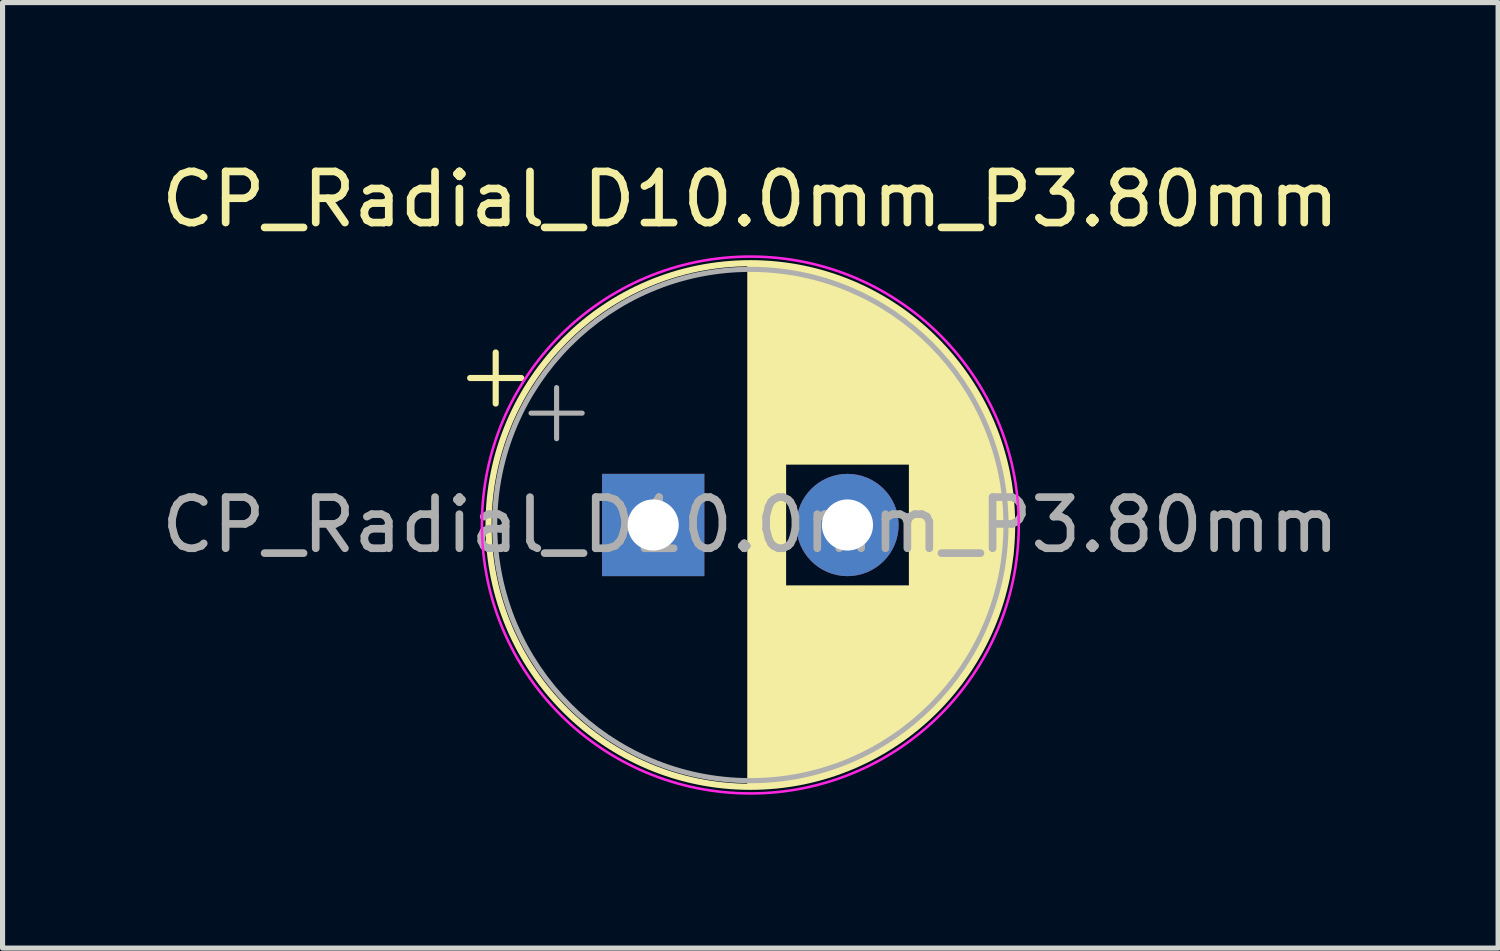
<source format=kicad_pcb>
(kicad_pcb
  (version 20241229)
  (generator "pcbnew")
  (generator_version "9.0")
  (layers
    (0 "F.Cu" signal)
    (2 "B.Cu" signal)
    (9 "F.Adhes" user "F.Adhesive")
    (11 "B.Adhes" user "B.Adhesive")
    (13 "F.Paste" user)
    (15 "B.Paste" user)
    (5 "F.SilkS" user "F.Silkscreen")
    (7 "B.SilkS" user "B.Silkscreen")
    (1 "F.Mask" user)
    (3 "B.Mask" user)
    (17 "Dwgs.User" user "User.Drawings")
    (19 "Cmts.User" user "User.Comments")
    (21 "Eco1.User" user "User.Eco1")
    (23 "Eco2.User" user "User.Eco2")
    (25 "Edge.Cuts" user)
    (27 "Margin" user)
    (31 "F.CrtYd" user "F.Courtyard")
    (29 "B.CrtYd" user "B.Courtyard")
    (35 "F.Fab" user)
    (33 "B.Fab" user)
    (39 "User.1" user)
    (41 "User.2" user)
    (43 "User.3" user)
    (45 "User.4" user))
  (footprint "CP_Radial_D10.0mm_P3.80mm"
    (layer "F.Cu")
    (at 9.725 7.218)
    (property "Reference" "CP_Radial_D10.0mm_P3.80mm" (at 1.9 -6.37 0) (layer "F.SilkS") (effects (font (size 1 1) (thickness 0.15))))
    (attr through_hole)
    (fp_line (start -3.58 -2.875) (end -2.58 -2.875) (stroke (width 0.12) (type solid)) (layer "F.SilkS"))
    (fp_line (start -3.08 -3.375) (end -3.08 -2.375) (stroke (width 0.12) (type solid)) (layer "F.SilkS"))
    (fp_line (start 1.9 -5.08) (end 1.9 5.08) (stroke (width 0.12) (type solid)) (layer "F.SilkS"))
    (fp_line (start 1.94 -5.08) (end 1.94 5.08) (stroke (width 0.12) (type solid)) (layer "F.SilkS"))
    (fp_line (start 1.98 -5.08) (end 1.98 5.08) (stroke (width 0.12) (type solid)) (layer "F.SilkS"))
    (fp_line (start 2.02 -5.079) (end 2.02 5.079) (stroke (width 0.12) (type solid)) (layer "F.SilkS"))
    (fp_line (start 2.06 -5.078) (end 2.06 5.078) (stroke (width 0.12) (type solid)) (layer "F.SilkS"))
    (fp_line (start 2.1 -5.077) (end 2.1 5.077) (stroke (width 0.12) (type solid)) (layer "F.SilkS"))
    (fp_line (start 2.14 -5.075) (end 2.14 5.075) (stroke (width 0.12) (type solid)) (layer "F.SilkS"))
    (fp_line (start 2.18 -5.073) (end 2.18 5.073) (stroke (width 0.12) (type solid)) (layer "F.SilkS"))
    (fp_line (start 2.22 -5.07) (end 2.22 5.07) (stroke (width 0.12) (type solid)) (layer "F.SilkS"))
    (fp_line (start 2.26 -5.068) (end 2.26 5.068) (stroke (width 0.12) (type solid)) (layer "F.SilkS"))
    (fp_line (start 2.3 -5.065) (end 2.3 5.065) (stroke (width 0.12) (type solid)) (layer "F.SilkS"))
    (fp_line (start 2.34 -5.062) (end 2.34 5.062) (stroke (width 0.12) (type solid)) (layer "F.SilkS"))
    (fp_line (start 2.38 -5.058) (end 2.38 5.058) (stroke (width 0.12) (type solid)) (layer "F.SilkS"))
    (fp_line (start 2.42 -5.054) (end 2.42 5.054) (stroke (width 0.12) (type solid)) (layer "F.SilkS"))
    (fp_line (start 2.46 -5.05) (end 2.46 5.05) (stroke (width 0.12) (type solid)) (layer "F.SilkS"))
    (fp_line (start 2.5 -5.045) (end 2.5 5.045) (stroke (width 0.12) (type solid)) (layer "F.SilkS"))
    (fp_line (start 2.54 -5.04) (end 2.54 5.04) (stroke (width 0.12) (type solid)) (layer "F.SilkS"))
    (fp_line (start 2.58 -5.035) (end 2.58 -1.241) (stroke (width 0.12) (type solid)) (layer "F.SilkS"))
    (fp_line (start 2.58 1.241) (end 2.58 5.035) (stroke (width 0.12) (type solid)) (layer "F.SilkS"))
    (fp_line (start 2.621 -5.03) (end 2.621 -1.241) (stroke (width 0.12) (type solid)) (layer "F.SilkS"))
    (fp_line (start 2.621 1.241) (end 2.621 5.03) (stroke (width 0.12) (type solid)) (layer "F.SilkS"))
    (fp_line (start 2.661 -5.024) (end 2.661 -1.241) (stroke (width 0.12) (type solid)) (layer "F.SilkS"))
    (fp_line (start 2.661 1.241) (end 2.661 5.024) (stroke (width 0.12) (type solid)) (layer "F.SilkS"))
    (fp_line (start 2.701 -5.018) (end 2.701 -1.241) (stroke (width 0.12) (type solid)) (layer "F.SilkS"))
    (fp_line (start 2.701 1.241) (end 2.701 5.018) (stroke (width 0.12) (type solid)) (layer "F.SilkS"))
    (fp_line (start 2.741 -5.011) (end 2.741 -1.241) (stroke (width 0.12) (type solid)) (layer "F.SilkS"))
    (fp_line (start 2.741 1.241) (end 2.741 5.011) (stroke (width 0.12) (type solid)) (layer "F.SilkS"))
    (fp_line (start 2.781 -5.004) (end 2.781 -1.241) (stroke (width 0.12) (type solid)) (layer "F.SilkS"))
    (fp_line (start 2.781 1.241) (end 2.781 5.004) (stroke (width 0.12) (type solid)) (layer "F.SilkS"))
    (fp_line (start 2.821 -4.997) (end 2.821 -1.241) (stroke (width 0.12) (type solid)) (layer "F.SilkS"))
    (fp_line (start 2.821 1.241) (end 2.821 4.997) (stroke (width 0.12) (type solid)) (layer "F.SilkS"))
    (fp_line (start 2.861 -4.99) (end 2.861 -1.241) (stroke (width 0.12) (type solid)) (layer "F.SilkS"))
    (fp_line (start 2.861 1.241) (end 2.861 4.99) (stroke (width 0.12) (type solid)) (layer "F.SilkS"))
    (fp_line (start 2.901 -4.982) (end 2.901 -1.241) (stroke (width 0.12) (type solid)) (layer "F.SilkS"))
    (fp_line (start 2.901 1.241) (end 2.901 4.982) (stroke (width 0.12) (type solid)) (layer "F.SilkS"))
    (fp_line (start 2.941 -4.974) (end 2.941 -1.241) (stroke (width 0.12) (type solid)) (layer "F.SilkS"))
    (fp_line (start 2.941 1.241) (end 2.941 4.974) (stroke (width 0.12) (type solid)) (layer "F.SilkS"))
    (fp_line (start 2.981 -4.965) (end 2.981 -1.241) (stroke (width 0.12) (type solid)) (layer "F.SilkS"))
    (fp_line (start 2.981 1.241) (end 2.981 4.965) (stroke (width 0.12) (type solid)) (layer "F.SilkS"))
    (fp_line (start 3.021 -4.956) (end 3.021 -1.241) (stroke (width 0.12) (type solid)) (layer "F.SilkS"))
    (fp_line (start 3.021 1.241) (end 3.021 4.956) (stroke (width 0.12) (type solid)) (layer "F.SilkS"))
    (fp_line (start 3.061 -4.947) (end 3.061 -1.241) (stroke (width 0.12) (type solid)) (layer "F.SilkS"))
    (fp_line (start 3.061 1.241) (end 3.061 4.947) (stroke (width 0.12) (type solid)) (layer "F.SilkS"))
    (fp_line (start 3.101 -4.938) (end 3.101 -1.241) (stroke (width 0.12) (type solid)) (layer "F.SilkS"))
    (fp_line (start 3.101 1.241) (end 3.101 4.938) (stroke (width 0.12) (type solid)) (layer "F.SilkS"))
    (fp_line (start 3.141 -4.928) (end 3.141 -1.241) (stroke (width 0.12) (type solid)) (layer "F.SilkS"))
    (fp_line (start 3.141 1.241) (end 3.141 4.928) (stroke (width 0.12) (type solid)) (layer "F.SilkS"))
    (fp_line (start 3.181 -4.918) (end 3.181 -1.241) (stroke (width 0.12) (type solid)) (layer "F.SilkS"))
    (fp_line (start 3.181 1.241) (end 3.181 4.918) (stroke (width 0.12) (type solid)) (layer "F.SilkS"))
    (fp_line (start 3.221 -4.907) (end 3.221 -1.241) (stroke (width 0.12) (type solid)) (layer "F.SilkS"))
    (fp_line (start 3.221 1.241) (end 3.221 4.907) (stroke (width 0.12) (type solid)) (layer "F.SilkS"))
    (fp_line (start 3.261 -4.897) (end 3.261 -1.241) (stroke (width 0.12) (type solid)) (layer "F.SilkS"))
    (fp_line (start 3.261 1.241) (end 3.261 4.897) (stroke (width 0.12) (type solid)) (layer "F.SilkS"))
    (fp_line (start 3.301 -4.885) (end 3.301 -1.241) (stroke (width 0.12) (type solid)) (layer "F.SilkS"))
    (fp_line (start 3.301 1.241) (end 3.301 4.885) (stroke (width 0.12) (type solid)) (layer "F.SilkS"))
    (fp_line (start 3.341 -4.874) (end 3.341 -1.241) (stroke (width 0.12) (type solid)) (layer "F.SilkS"))
    (fp_line (start 3.341 1.241) (end 3.341 4.874) (stroke (width 0.12) (type solid)) (layer "F.SilkS"))
    (fp_line (start 3.381 -4.862) (end 3.381 -1.241) (stroke (width 0.12) (type solid)) (layer "F.SilkS"))
    (fp_line (start 3.381 1.241) (end 3.381 4.862) (stroke (width 0.12) (type solid)) (layer "F.SilkS"))
    (fp_line (start 3.421 -4.85) (end 3.421 -1.241) (stroke (width 0.12) (type solid)) (layer "F.SilkS"))
    (fp_line (start 3.421 1.241) (end 3.421 4.85) (stroke (width 0.12) (type solid)) (layer "F.SilkS"))
    (fp_line (start 3.461 -4.837) (end 3.461 -1.241) (stroke (width 0.12) (type solid)) (layer "F.SilkS"))
    (fp_line (start 3.461 1.241) (end 3.461 4.837) (stroke (width 0.12) (type solid)) (layer "F.SilkS"))
    (fp_line (start 3.501 -4.824) (end 3.501 -1.241) (stroke (width 0.12) (type solid)) (layer "F.SilkS"))
    (fp_line (start 3.501 1.241) (end 3.501 4.824) (stroke (width 0.12) (type solid)) (layer "F.SilkS"))
    (fp_line (start 3.541 -4.811) (end 3.541 -1.241) (stroke (width 0.12) (type solid)) (layer "F.SilkS"))
    (fp_line (start 3.541 1.241) (end 3.541 4.811) (stroke (width 0.12) (type solid)) (layer "F.SilkS"))
    (fp_line (start 3.581 -4.797) (end 3.581 -1.241) (stroke (width 0.12) (type solid)) (layer "F.SilkS"))
    (fp_line (start 3.581 1.241) (end 3.581 4.797) (stroke (width 0.12) (type solid)) (layer "F.SilkS"))
    (fp_line (start 3.621 -4.783) (end 3.621 -1.241) (stroke (width 0.12) (type solid)) (layer "F.SilkS"))
    (fp_line (start 3.621 1.241) (end 3.621 4.783) (stroke (width 0.12) (type solid)) (layer "F.SilkS"))
    (fp_line (start 3.661 -4.768) (end 3.661 -1.241) (stroke (width 0.12) (type solid)) (layer "F.SilkS"))
    (fp_line (start 3.661 1.241) (end 3.661 4.768) (stroke (width 0.12) (type solid)) (layer "F.SilkS"))
    (fp_line (start 3.701 -4.754) (end 3.701 -1.241) (stroke (width 0.12) (type solid)) (layer "F.SilkS"))
    (fp_line (start 3.701 1.241) (end 3.701 4.754) (stroke (width 0.12) (type solid)) (layer "F.SilkS"))
    (fp_line (start 3.741 -4.738) (end 3.741 -1.241) (stroke (width 0.12) (type solid)) (layer "F.SilkS"))
    (fp_line (start 3.741 1.241) (end 3.741 4.738) (stroke (width 0.12) (type solid)) (layer "F.SilkS"))
    (fp_line (start 3.781 -4.723) (end 3.781 -1.241) (stroke (width 0.12) (type solid)) (layer "F.SilkS"))
    (fp_line (start 3.781 1.241) (end 3.781 4.723) (stroke (width 0.12) (type solid)) (layer "F.SilkS"))
    (fp_line (start 3.821 -4.707) (end 3.821 -1.241) (stroke (width 0.12) (type solid)) (layer "F.SilkS"))
    (fp_line (start 3.821 1.241) (end 3.821 4.707) (stroke (width 0.12) (type solid)) (layer "F.SilkS"))
    (fp_line (start 3.861 -4.69) (end 3.861 -1.241) (stroke (width 0.12) (type solid)) (layer "F.SilkS"))
    (fp_line (start 3.861 1.241) (end 3.861 4.69) (stroke (width 0.12) (type solid)) (layer "F.SilkS"))
    (fp_line (start 3.901 -4.674) (end 3.901 -1.241) (stroke (width 0.12) (type solid)) (layer "F.SilkS"))
    (fp_line (start 3.901 1.241) (end 3.901 4.674) (stroke (width 0.12) (type solid)) (layer "F.SilkS"))
    (fp_line (start 3.941 -4.657) (end 3.941 -1.241) (stroke (width 0.12) (type solid)) (layer "F.SilkS"))
    (fp_line (start 3.941 1.241) (end 3.941 4.657) (stroke (width 0.12) (type solid)) (layer "F.SilkS"))
    (fp_line (start 3.981 -4.639) (end 3.981 -1.241) (stroke (width 0.12) (type solid)) (layer "F.SilkS"))
    (fp_line (start 3.981 1.241) (end 3.981 4.639) (stroke (width 0.12) (type solid)) (layer "F.SilkS"))
    (fp_line (start 4.021 -4.621) (end 4.021 -1.241) (stroke (width 0.12) (type solid)) (layer "F.SilkS"))
    (fp_line (start 4.021 1.241) (end 4.021 4.621) (stroke (width 0.12) (type solid)) (layer "F.SilkS"))
    (fp_line (start 4.061 -4.603) (end 4.061 -1.241) (stroke (width 0.12) (type solid)) (layer "F.SilkS"))
    (fp_line (start 4.061 1.241) (end 4.061 4.603) (stroke (width 0.12) (type solid)) (layer "F.SilkS"))
    (fp_line (start 4.101 -4.584) (end 4.101 -1.241) (stroke (width 0.12) (type solid)) (layer "F.SilkS"))
    (fp_line (start 4.101 1.241) (end 4.101 4.584) (stroke (width 0.12) (type solid)) (layer "F.SilkS"))
    (fp_line (start 4.141 -4.564) (end 4.141 -1.241) (stroke (width 0.12) (type solid)) (layer "F.SilkS"))
    (fp_line (start 4.141 1.241) (end 4.141 4.564) (stroke (width 0.12) (type solid)) (layer "F.SilkS"))
    (fp_line (start 4.181 -4.545) (end 4.181 -1.241) (stroke (width 0.12) (type solid)) (layer "F.SilkS"))
    (fp_line (start 4.181 1.241) (end 4.181 4.545) (stroke (width 0.12) (type solid)) (layer "F.SilkS"))
    (fp_line (start 4.221 -4.525) (end 4.221 -1.241) (stroke (width 0.12) (type solid)) (layer "F.SilkS"))
    (fp_line (start 4.221 1.241) (end 4.221 4.525) (stroke (width 0.12) (type solid)) (layer "F.SilkS"))
    (fp_line (start 4.261 -4.504) (end 4.261 -1.241) (stroke (width 0.12) (type solid)) (layer "F.SilkS"))
    (fp_line (start 4.261 1.241) (end 4.261 4.504) (stroke (width 0.12) (type solid)) (layer "F.SilkS"))
    (fp_line (start 4.301 -4.483) (end 4.301 -1.241) (stroke (width 0.12) (type solid)) (layer "F.SilkS"))
    (fp_line (start 4.301 1.241) (end 4.301 4.483) (stroke (width 0.12) (type solid)) (layer "F.SilkS"))
    (fp_line (start 4.341 -4.462) (end 4.341 -1.241) (stroke (width 0.12) (type solid)) (layer "F.SilkS"))
    (fp_line (start 4.341 1.241) (end 4.341 4.462) (stroke (width 0.12) (type solid)) (layer "F.SilkS"))
    (fp_line (start 4.381 -4.44) (end 4.381 -1.241) (stroke (width 0.12) (type solid)) (layer "F.SilkS"))
    (fp_line (start 4.381 1.241) (end 4.381 4.44) (stroke (width 0.12) (type solid)) (layer "F.SilkS"))
    (fp_line (start 4.421 -4.417) (end 4.421 -1.241) (stroke (width 0.12) (type solid)) (layer "F.SilkS"))
    (fp_line (start 4.421 1.241) (end 4.421 4.417) (stroke (width 0.12) (type solid)) (layer "F.SilkS"))
    (fp_line (start 4.461 -4.395) (end 4.461 -1.241) (stroke (width 0.12) (type solid)) (layer "F.SilkS"))
    (fp_line (start 4.461 1.241) (end 4.461 4.395) (stroke (width 0.12) (type solid)) (layer "F.SilkS"))
    (fp_line (start 4.501 -4.371) (end 4.501 -1.241) (stroke (width 0.12) (type solid)) (layer "F.SilkS"))
    (fp_line (start 4.501 1.241) (end 4.501 4.371) (stroke (width 0.12) (type solid)) (layer "F.SilkS"))
    (fp_line (start 4.541 -4.347) (end 4.541 -1.241) (stroke (width 0.12) (type solid)) (layer "F.SilkS"))
    (fp_line (start 4.541 1.241) (end 4.541 4.347) (stroke (width 0.12) (type solid)) (layer "F.SilkS"))
    (fp_line (start 4.581 -4.323) (end 4.581 -1.241) (stroke (width 0.12) (type solid)) (layer "F.SilkS"))
    (fp_line (start 4.581 1.241) (end 4.581 4.323) (stroke (width 0.12) (type solid)) (layer "F.SilkS"))
    (fp_line (start 4.621 -4.298) (end 4.621 -1.241) (stroke (width 0.12) (type solid)) (layer "F.SilkS"))
    (fp_line (start 4.621 1.241) (end 4.621 4.298) (stroke (width 0.12) (type solid)) (layer "F.SilkS"))
    (fp_line (start 4.661 -4.273) (end 4.661 -1.241) (stroke (width 0.12) (type solid)) (layer "F.SilkS"))
    (fp_line (start 4.661 1.241) (end 4.661 4.273) (stroke (width 0.12) (type solid)) (layer "F.SilkS"))
    (fp_line (start 4.701 -4.247) (end 4.701 -1.241) (stroke (width 0.12) (type solid)) (layer "F.SilkS"))
    (fp_line (start 4.701 1.241) (end 4.701 4.247) (stroke (width 0.12) (type solid)) (layer "F.SilkS"))
    (fp_line (start 4.741 -4.221) (end 4.741 -1.241) (stroke (width 0.12) (type solid)) (layer "F.SilkS"))
    (fp_line (start 4.741 1.241) (end 4.741 4.221) (stroke (width 0.12) (type solid)) (layer "F.SilkS"))
    (fp_line (start 4.781 -4.194) (end 4.781 -1.241) (stroke (width 0.12) (type solid)) (layer "F.SilkS"))
    (fp_line (start 4.781 1.241) (end 4.781 4.194) (stroke (width 0.12) (type solid)) (layer "F.SilkS"))
    (fp_line (start 4.821 -4.166) (end 4.821 -1.241) (stroke (width 0.12) (type solid)) (layer "F.SilkS"))
    (fp_line (start 4.821 1.241) (end 4.821 4.166) (stroke (width 0.12) (type solid)) (layer "F.SilkS"))
    (fp_line (start 4.861 -4.138) (end 4.861 -1.241) (stroke (width 0.12) (type solid)) (layer "F.SilkS"))
    (fp_line (start 4.861 1.241) (end 4.861 4.138) (stroke (width 0.12) (type solid)) (layer "F.SilkS"))
    (fp_line (start 4.901 -4.11) (end 4.901 -1.241) (stroke (width 0.12) (type solid)) (layer "F.SilkS"))
    (fp_line (start 4.901 1.241) (end 4.901 4.11) (stroke (width 0.12) (type solid)) (layer "F.SilkS"))
    (fp_line (start 4.941 -4.08) (end 4.941 -1.241) (stroke (width 0.12) (type solid)) (layer "F.SilkS"))
    (fp_line (start 4.941 1.241) (end 4.941 4.08) (stroke (width 0.12) (type solid)) (layer "F.SilkS"))
    (fp_line (start 4.981 -4.05) (end 4.981 -1.241) (stroke (width 0.12) (type solid)) (layer "F.SilkS"))
    (fp_line (start 4.981 1.241) (end 4.981 4.05) (stroke (width 0.12) (type solid)) (layer "F.SilkS"))
    (fp_line (start 5.021 -4.02) (end 5.021 -1.241) (stroke (width 0.12) (type solid)) (layer "F.SilkS"))
    (fp_line (start 5.021 1.241) (end 5.021 4.02) (stroke (width 0.12) (type solid)) (layer "F.SilkS"))
    (fp_line (start 5.061 -3.989) (end 5.061 3.989) (stroke (width 0.12) (type solid)) (layer "F.SilkS"))
    (fp_line (start 5.101 -3.957) (end 5.101 3.957) (stroke (width 0.12) (type solid)) (layer "F.SilkS"))
    (fp_line (start 5.141 -3.925) (end 5.141 3.925) (stroke (width 0.12) (type solid)) (layer "F.SilkS"))
    (fp_line (start 5.181 -3.892) (end 5.181 3.892) (stroke (width 0.12) (type solid)) (layer "F.SilkS"))
    (fp_line (start 5.221 -3.858) (end 5.221 3.858) (stroke (width 0.12) (type solid)) (layer "F.SilkS"))
    (fp_line (start 5.261 -3.824) (end 5.261 3.824) (stroke (width 0.12) (type solid)) (layer "F.SilkS"))
    (fp_line (start 5.301 -3.789) (end 5.301 3.789) (stroke (width 0.12) (type solid)) (layer "F.SilkS"))
    (fp_line (start 5.341 -3.753) (end 5.341 3.753) (stroke (width 0.12) (type solid)) (layer "F.SilkS"))
    (fp_line (start 5.381 -3.716) (end 5.381 3.716) (stroke (width 0.12) (type solid)) (layer "F.SilkS"))
    (fp_line (start 5.421 -3.679) (end 5.421 3.679) (stroke (width 0.12) (type solid)) (layer "F.SilkS"))
    (fp_line (start 5.461 -3.64) (end 5.461 3.64) (stroke (width 0.12) (type solid)) (layer "F.SilkS"))
    (fp_line (start 5.501 -3.601) (end 5.501 3.601) (stroke (width 0.12) (type solid)) (layer "F.SilkS"))
    (fp_line (start 5.541 -3.561) (end 5.541 3.561) (stroke (width 0.12) (type solid)) (layer "F.SilkS"))
    (fp_line (start 5.581 -3.52) (end 5.581 3.52) (stroke (width 0.12) (type solid)) (layer "F.SilkS"))
    (fp_line (start 5.621 -3.478) (end 5.621 3.478) (stroke (width 0.12) (type solid)) (layer "F.SilkS"))
    (fp_line (start 5.661 -3.436) (end 5.661 3.436) (stroke (width 0.12) (type solid)) (layer "F.SilkS"))
    (fp_line (start 5.701 -3.392) (end 5.701 3.392) (stroke (width 0.12) (type solid)) (layer "F.SilkS"))
    (fp_line (start 5.741 -3.347) (end 5.741 3.347) (stroke (width 0.12) (type solid)) (layer "F.SilkS"))
    (fp_line (start 5.781 -3.301) (end 5.781 3.301) (stroke (width 0.12) (type solid)) (layer "F.SilkS"))
    (fp_line (start 5.821 -3.254) (end 5.821 3.254) (stroke (width 0.12) (type solid)) (layer "F.SilkS"))
    (fp_line (start 5.861 -3.206) (end 5.861 3.206) (stroke (width 0.12) (type solid)) (layer "F.SilkS"))
    (fp_line (start 5.901 -3.156) (end 5.901 3.156) (stroke (width 0.12) (type solid)) (layer "F.SilkS"))
    (fp_line (start 5.941 -3.106) (end 5.941 3.106) (stroke (width 0.12) (type solid)) (layer "F.SilkS"))
    (fp_line (start 5.981 -3.054) (end 5.981 3.054) (stroke (width 0.12) (type solid)) (layer "F.SilkS"))
    (fp_line (start 6.021 -3) (end 6.021 3) (stroke (width 0.12) (type solid)) (layer "F.SilkS"))
    (fp_line (start 6.061 -2.945) (end 6.061 2.945) (stroke (width 0.12) (type solid)) (layer "F.SilkS"))
    (fp_line (start 6.101 -2.889) (end 6.101 2.889) (stroke (width 0.12) (type solid)) (layer "F.SilkS"))
    (fp_line (start 6.141 -2.83) (end 6.141 2.83) (stroke (width 0.12) (type solid)) (layer "F.SilkS"))
    (fp_line (start 6.181 -2.77) (end 6.181 2.77) (stroke (width 0.12) (type solid)) (layer "F.SilkS"))
    (fp_line (start 6.221 -2.709) (end 6.221 2.709) (stroke (width 0.12) (type solid)) (layer "F.SilkS"))
    (fp_line (start 6.261 -2.645) (end 6.261 2.645) (stroke (width 0.12) (type solid)) (layer "F.SilkS"))
    (fp_line (start 6.301 -2.579) (end 6.301 2.579) (stroke (width 0.12) (type solid)) (layer "F.SilkS"))
    (fp_line (start 6.341 -2.51) (end 6.341 2.51) (stroke (width 0.12) (type solid)) (layer "F.SilkS"))
    (fp_line (start 6.381 -2.439) (end 6.381 2.439) (stroke (width 0.12) (type solid)) (layer "F.SilkS"))
    (fp_line (start 6.421 -2.365) (end 6.421 2.365) (stroke (width 0.12) (type solid)) (layer "F.SilkS"))
    (fp_line (start 6.461 -2.289) (end 6.461 2.289) (stroke (width 0.12) (type solid)) (layer "F.SilkS"))
    (fp_line (start 6.501 -2.209) (end 6.501 2.209) (stroke (width 0.12) (type solid)) (layer "F.SilkS"))
    (fp_line (start 6.541 -2.125) (end 6.541 2.125) (stroke (width 0.12) (type solid)) (layer "F.SilkS"))
    (fp_line (start 6.581 -2.037) (end 6.581 2.037) (stroke (width 0.12) (type solid)) (layer "F.SilkS"))
    (fp_line (start 6.621 -1.944) (end 6.621 1.944) (stroke (width 0.12) (type solid)) (layer "F.SilkS"))
    (fp_line (start 6.661 -1.846) (end 6.661 1.846) (stroke (width 0.12) (type solid)) (layer "F.SilkS"))
    (fp_line (start 6.701 -1.742) (end 6.701 1.742) (stroke (width 0.12) (type solid)) (layer "F.SilkS"))
    (fp_line (start 6.741 -1.63) (end 6.741 1.63) (stroke (width 0.12) (type solid)) (layer "F.SilkS"))
    (fp_line (start 6.781 -1.51) (end 6.781 1.51) (stroke (width 0.12) (type solid)) (layer "F.SilkS"))
    (fp_line (start 6.821 -1.378) (end 6.821 1.378) (stroke (width 0.12) (type solid)) (layer "F.SilkS"))
    (fp_line (start 6.861 -1.23) (end 6.861 1.23) (stroke (width 0.12) (type solid)) (layer "F.SilkS"))
    (fp_line (start 6.901 -1.062) (end 6.901 1.062) (stroke (width 0.12) (type solid)) (layer "F.SilkS"))
    (fp_line (start 6.941 -0.862) (end 6.941 0.862) (stroke (width 0.12) (type solid)) (layer "F.SilkS"))
    (fp_line (start 6.981 -0.599) (end 6.981 0.599) (stroke (width 0.12) (type solid)) (layer "F.SilkS"))
    (fp_circle (center 1.9 0) (end 7.02 0) (stroke (width 0.12) (type solid)) (fill no) (layer "F.SilkS"))
    (fp_circle (center 1.9 0) (end 7.15 0) (stroke (width 0.05) (type solid)) (fill no) (layer "F.CrtYd"))
    (fp_line (start -2.389 -2.188) (end -1.389 -2.188) (stroke (width 0.1) (type solid)) (layer "F.Fab"))
    (fp_line (start -1.889 -2.688) (end -1.889 -1.688) (stroke (width 0.1) (type solid)) (layer "F.Fab"))
    (fp_circle (center 1.9 0) (end 6.9 0) (stroke (width 0.1) (type solid)) (fill no) (layer "F.Fab"))
    (fp_text user "${REFERENCE}" (at 1.9 0 0) (layer "F.Fab") (effects (font (size 1 1) (thickness 0.15))))
    (pad "1" thru_hole rect (at 0 0) (size 2 2) (drill 1) (layers "*.Cu" "*.Mask"))
    (pad "2" thru_hole circle (at 3.8 0) (size 2 2) (drill 1) (layers "*.Cu" "*.Mask")))
  (gr_rect
    (start -3 -3)
    (end 26.25 15.493)
    (stroke (width 0.1) (type default))
    (fill no)
    (layer "Edge.Cuts")))
</source>
